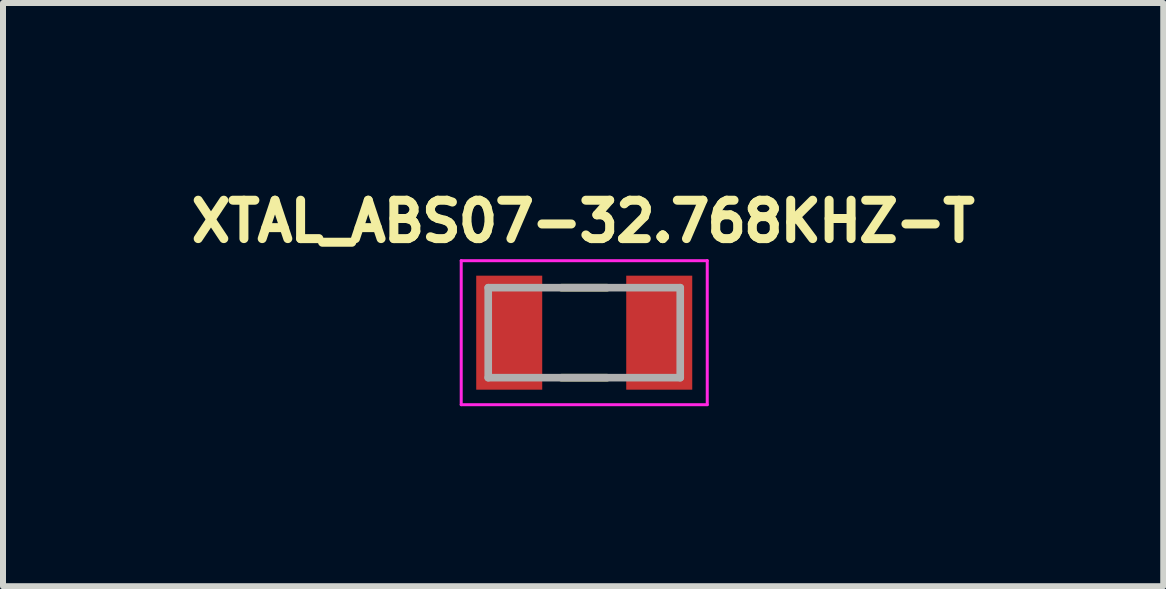
<source format=kicad_pcb>
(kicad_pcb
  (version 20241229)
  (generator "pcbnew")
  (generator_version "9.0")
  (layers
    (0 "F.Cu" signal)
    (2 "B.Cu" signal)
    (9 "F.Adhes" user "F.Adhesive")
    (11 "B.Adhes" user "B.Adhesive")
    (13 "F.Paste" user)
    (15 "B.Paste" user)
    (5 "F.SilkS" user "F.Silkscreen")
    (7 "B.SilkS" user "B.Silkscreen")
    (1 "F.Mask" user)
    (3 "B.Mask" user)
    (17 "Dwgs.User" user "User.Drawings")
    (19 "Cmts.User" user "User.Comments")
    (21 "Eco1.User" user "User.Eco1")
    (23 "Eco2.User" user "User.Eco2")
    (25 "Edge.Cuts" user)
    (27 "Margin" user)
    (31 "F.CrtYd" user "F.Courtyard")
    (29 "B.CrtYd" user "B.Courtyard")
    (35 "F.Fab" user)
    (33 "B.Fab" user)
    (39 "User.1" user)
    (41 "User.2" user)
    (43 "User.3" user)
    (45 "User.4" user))
  (footprint "XTAL_ABS07-32.768KHZ-T"
    (layer "F.Cu")
    (at 6.686 2.494)
    (property "Reference" "XTAL_ABS07-32.768KHZ-T" (at -0.018 -1.856 0) (layer "F.SilkS") (effects (font (size 0.64 0.64) (thickness 0.15))))
    (attr smd)
    (fp_line (start -0.38 -0.75) (end 0.38 -0.75) (stroke (width 0.127) (type solid)) (layer "F.SilkS"))
    (fp_line (start -0.38 0.75) (end 0.38 0.75) (stroke (width 0.127) (type solid)) (layer "F.SilkS"))
    (fp_line (start -2.05 -1.2) (end -2.05 1.2) (stroke (width 0.05) (type solid)) (layer "F.CrtYd"))
    (fp_line (start -2.05 1.2) (end 2.05 1.2) (stroke (width 0.05) (type solid)) (layer "F.CrtYd"))
    (fp_line (start 2.05 -1.2) (end -2.05 -1.2) (stroke (width 0.05) (type solid)) (layer "F.CrtYd"))
    (fp_line (start 2.05 1.2) (end 2.05 -1.2) (stroke (width 0.05) (type solid)) (layer "F.CrtYd"))
    (fp_line (start -1.6 -0.75) (end -1.6 0.75) (stroke (width 0.127) (type solid)) (layer "F.Fab"))
    (fp_line (start -1.6 -0.75) (end 1.6 -0.75) (stroke (width 0.127) (type solid)) (layer "F.Fab"))
    (fp_line (start -1.6 0.75) (end 1.6 0.75) (stroke (width 0.127) (type solid)) (layer "F.Fab"))
    (fp_line (start 1.6 -0.75) (end 1.6 0.75) (stroke (width 0.127) (type solid)) (layer "F.Fab"))
    (pad "1" smd rect (at -1.25 0) (size 1.1 1.9) (layers "F.Cu" "F.Mask" "F.Paste"))
    (pad "2" smd rect (at 1.25 0) (size 1.1 1.9) (layers "F.Cu" "F.Mask" "F.Paste")))
  (gr_rect
    (start -3 -3)
    (end 16.335 6.719)
    (stroke (width 0.1) (type default))
    (fill no)
    (layer "Edge.Cuts")))
</source>
